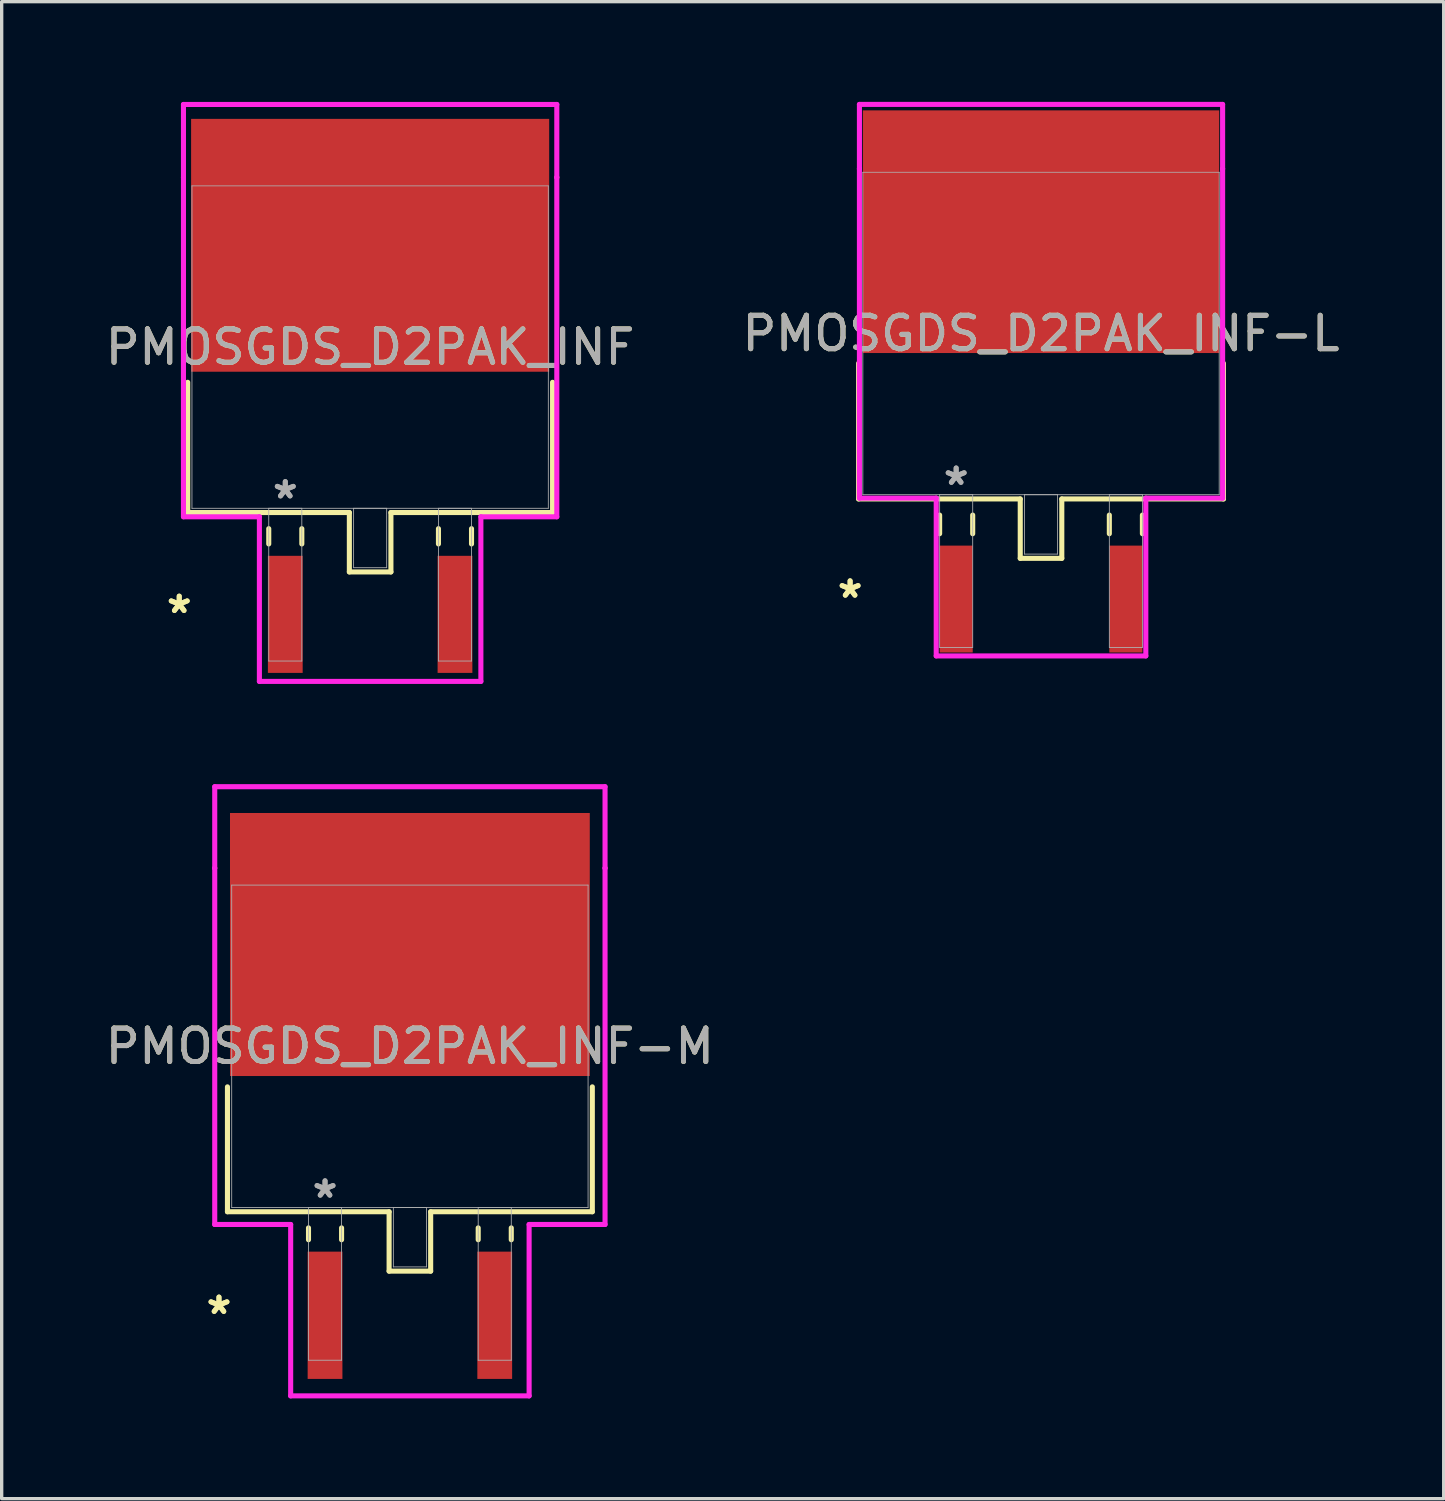
<source format=kicad_pcb>
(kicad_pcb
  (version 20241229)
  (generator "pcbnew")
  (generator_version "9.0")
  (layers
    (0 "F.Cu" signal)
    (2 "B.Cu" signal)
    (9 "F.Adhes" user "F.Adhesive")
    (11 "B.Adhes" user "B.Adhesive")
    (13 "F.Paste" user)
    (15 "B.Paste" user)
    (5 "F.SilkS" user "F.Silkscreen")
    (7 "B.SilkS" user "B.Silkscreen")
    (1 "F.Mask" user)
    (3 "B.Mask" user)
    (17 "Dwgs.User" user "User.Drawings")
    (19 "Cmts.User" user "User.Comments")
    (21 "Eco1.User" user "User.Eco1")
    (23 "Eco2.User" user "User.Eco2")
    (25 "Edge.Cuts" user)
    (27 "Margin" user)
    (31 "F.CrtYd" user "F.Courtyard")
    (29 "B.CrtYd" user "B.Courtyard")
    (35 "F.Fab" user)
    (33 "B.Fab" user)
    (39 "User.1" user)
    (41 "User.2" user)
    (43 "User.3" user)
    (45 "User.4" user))
  (footprint "PMOSGDS_D2PAK_INF"
    (layer "F.Cu")
    (at 8.03 7.34)
    (property "Reference" "PMOSGDS_D2PAK_INF" (at 0 0 0) (unlocked yes) (layer "F.SilkS") (effects (font (size 1 1) (thickness 0.15))))
    (attr smd)
    (fp_line (start -5.461 1.054) (end -5.461 4.953) (stroke (width 0.152) (type solid)) (layer "F.SilkS"))
    (fp_line (start -5.461 4.953) (end -0.622 4.953) (stroke (width 0.152) (type solid)) (layer "F.SilkS"))
    (fp_line (start -3.035 5.436) (end -3.035 5.893) (stroke (width 0.152) (type solid)) (layer "F.SilkS"))
    (fp_line (start -2.045 5.436) (end -2.045 5.893) (stroke (width 0.152) (type solid)) (layer "F.SilkS"))
    (fp_line (start -0.622 4.953) (end -0.622 6.731) (stroke (width 0.152) (type solid)) (layer "F.SilkS"))
    (fp_line (start -0.622 6.731) (end 0.622 6.731) (stroke (width 0.152) (type solid)) (layer "F.SilkS"))
    (fp_line (start 0.622 4.953) (end 5.461 4.953) (stroke (width 0.152) (type solid)) (layer "F.SilkS"))
    (fp_line (start 0.622 6.731) (end 0.622 4.953) (stroke (width 0.152) (type solid)) (layer "F.SilkS"))
    (fp_line (start 2.045 5.436) (end 2.045 5.893) (stroke (width 0.152) (type solid)) (layer "F.SilkS"))
    (fp_line (start 3.035 5.436) (end 3.035 5.893) (stroke (width 0.152) (type solid)) (layer "F.SilkS"))
    (fp_line (start 5.461 4.953) (end 5.461 1.054) (stroke (width 0.152) (type solid)) (layer "F.SilkS"))
    (fp_line (start -5.588 -7.263) (end 5.588 -7.263) (stroke (width 0.152) (type solid)) (layer "F.CrtYd"))
    (fp_line (start -5.588 -5.08) (end -5.588 -7.263) (stroke (width 0.152) (type solid)) (layer "F.CrtYd"))
    (fp_line (start -5.588 -5.08) (end -5.588 -5.08) (stroke (width 0.152) (type solid)) (layer "F.CrtYd"))
    (fp_line (start -5.588 5.08) (end -5.588 -5.08) (stroke (width 0.152) (type solid)) (layer "F.CrtYd"))
    (fp_line (start -3.315 5.08) (end -5.588 5.08) (stroke (width 0.152) (type solid)) (layer "F.CrtYd"))
    (fp_line (start -3.315 10.008) (end -3.315 5.08) (stroke (width 0.152) (type solid)) (layer "F.CrtYd"))
    (fp_line (start 3.315 5.08) (end 3.315 10.008) (stroke (width 0.152) (type solid)) (layer "F.CrtYd"))
    (fp_line (start 3.315 10.008) (end -3.315 10.008) (stroke (width 0.152) (type solid)) (layer "F.CrtYd"))
    (fp_line (start 5.588 -7.263) (end 5.588 -5.08) (stroke (width 0.152) (type solid)) (layer "F.CrtYd"))
    (fp_line (start 5.588 -5.08) (end 5.588 -5.08) (stroke (width 0.152) (type solid)) (layer "F.CrtYd"))
    (fp_line (start 5.588 -5.08) (end 5.588 5.08) (stroke (width 0.152) (type solid)) (layer "F.CrtYd"))
    (fp_line (start 5.588 5.08) (end 3.315 5.08) (stroke (width 0.152) (type solid)) (layer "F.CrtYd"))
    (fp_line (start -5.334 -4.826) (end -5.334 4.826) (stroke (width 0.025) (type solid)) (layer "F.Fab"))
    (fp_line (start -5.334 4.826) (end 5.334 4.826) (stroke (width 0.025) (type solid)) (layer "F.Fab"))
    (fp_line (start -3.035 4.826) (end -3.035 9.398) (stroke (width 0.025) (type solid)) (layer "F.Fab"))
    (fp_line (start -3.035 9.398) (end -2.045 9.398) (stroke (width 0.025) (type solid)) (layer "F.Fab"))
    (fp_line (start -2.045 4.826) (end -3.035 4.826) (stroke (width 0.025) (type solid)) (layer "F.Fab"))
    (fp_line (start -2.045 9.398) (end -2.045 4.826) (stroke (width 0.025) (type solid)) (layer "F.Fab"))
    (fp_line (start -0.495 4.826) (end -0.495 6.604) (stroke (width 0.025) (type solid)) (layer "F.Fab"))
    (fp_line (start -0.495 6.604) (end 0.495 6.604) (stroke (width 0.025) (type solid)) (layer "F.Fab"))
    (fp_line (start 0.495 4.826) (end -0.495 4.826) (stroke (width 0.025) (type solid)) (layer "F.Fab"))
    (fp_line (start 0.495 6.604) (end 0.495 4.826) (stroke (width 0.025) (type solid)) (layer "F.Fab"))
    (fp_line (start 2.045 4.826) (end 2.045 9.398) (stroke (width 0.025) (type solid)) (layer "F.Fab"))
    (fp_line (start 2.045 9.398) (end 3.035 9.398) (stroke (width 0.025) (type solid)) (layer "F.Fab"))
    (fp_line (start 3.035 4.826) (end 2.045 4.826) (stroke (width 0.025) (type solid)) (layer "F.Fab"))
    (fp_line (start 3.035 9.398) (end 3.035 4.826) (stroke (width 0.025) (type solid)) (layer "F.Fab"))
    (fp_line (start 5.334 -4.826) (end -5.334 -4.826) (stroke (width 0.025) (type solid)) (layer "F.Fab"))
    (fp_line (start 5.334 4.826) (end 5.334 -4.826) (stroke (width 0.025) (type solid)) (layer "F.Fab"))
    (fp_text user "*" (at -5.715 8.001 0) (layer "F.SilkS") (effects (font (size 1 1) (thickness 0.15))))
    (fp_text user "*" (at -5.715 8.001 0) (unlocked yes) (layer "F.SilkS") (effects (font (size 1 1) (thickness 0.15))))
    (fp_text user "*" (at -2.54 4.572 0) (layer "F.Fab") (effects (font (size 1 1) (thickness 0.15))))
    (fp_text user "${REFERENCE}" (at 0 0 0) (unlocked yes) (layer "F.Fab") (effects (font (size 1 1) (thickness 0.15))))
    (fp_text user "*" (at -2.54 4.572 0) (unlocked yes) (layer "F.Fab") (effects (font (size 1 1) (thickness 0.15))))
    (pad "1" smd rect (at -2.54 8.001) (size 1.041 3.505) (layers "F.Cu" "F.Mask" "F.Paste"))
    (pad "2" smd rect (at 0 -3.047) (size 10.719 7.569) (layers "F.Cu" "F.Mask" "F.Paste"))
    (pad "3" smd rect (at 2.54 8.001) (size 1.041 3.505) (layers "F.Cu" "F.Mask" "F.Paste")))
  (footprint "PMOSGDS_D2PAK_INF-M"
    (layer "F.Cu")
    (at 9.22 28.271)
    (property "Reference" "PMOSGDS_D2PAK_INF-M" (at 0 0 0) (unlocked yes) (layer "F.SilkS") (effects (font (size 1 1) (thickness 0.15))))
    (attr smd)
    (fp_line (start -5.461 1.214) (end -5.461 4.953) (stroke (width 0.152) (type solid)) (layer "F.SilkS"))
    (fp_line (start -5.461 4.953) (end -0.622 4.953) (stroke (width 0.152) (type solid)) (layer "F.SilkS"))
    (fp_line (start -3.035 5.436) (end -3.035 5.791) (stroke (width 0.152) (type solid)) (layer "F.SilkS"))
    (fp_line (start -2.045 5.436) (end -2.045 5.791) (stroke (width 0.152) (type solid)) (layer "F.SilkS"))
    (fp_line (start -0.622 4.953) (end -0.622 6.731) (stroke (width 0.152) (type solid)) (layer "F.SilkS"))
    (fp_line (start -0.622 6.731) (end 0.622 6.731) (stroke (width 0.152) (type solid)) (layer "F.SilkS"))
    (fp_line (start 0.622 4.953) (end 5.461 4.953) (stroke (width 0.152) (type solid)) (layer "F.SilkS"))
    (fp_line (start 0.622 6.731) (end 0.622 4.953) (stroke (width 0.152) (type solid)) (layer "F.SilkS"))
    (fp_line (start 2.045 5.436) (end 2.045 5.791) (stroke (width 0.152) (type solid)) (layer "F.SilkS"))
    (fp_line (start 3.035 5.436) (end 3.035 5.791) (stroke (width 0.152) (type solid)) (layer "F.SilkS"))
    (fp_line (start 5.461 4.953) (end 5.461 1.214) (stroke (width 0.152) (type solid)) (layer "F.SilkS"))
    (fp_line (start -5.842 -7.771) (end 5.842 -7.771) (stroke (width 0.152) (type solid)) (layer "F.CrtYd"))
    (fp_line (start -5.842 -5.334) (end -5.842 -7.771) (stroke (width 0.152) (type solid)) (layer "F.CrtYd"))
    (fp_line (start -5.842 -5.334) (end -5.842 -5.334) (stroke (width 0.152) (type solid)) (layer "F.CrtYd"))
    (fp_line (start -5.842 5.334) (end -5.842 -5.334) (stroke (width 0.152) (type solid)) (layer "F.CrtYd"))
    (fp_line (start -3.569 5.334) (end -5.842 5.334) (stroke (width 0.152) (type solid)) (layer "F.CrtYd"))
    (fp_line (start -3.569 10.465) (end -3.569 5.334) (stroke (width 0.152) (type solid)) (layer "F.CrtYd"))
    (fp_line (start 3.569 5.334) (end 3.569 10.465) (stroke (width 0.152) (type solid)) (layer "F.CrtYd"))
    (fp_line (start 3.569 10.465) (end -3.569 10.465) (stroke (width 0.152) (type solid)) (layer "F.CrtYd"))
    (fp_line (start 5.842 -7.771) (end 5.842 -5.334) (stroke (width 0.152) (type solid)) (layer "F.CrtYd"))
    (fp_line (start 5.842 -5.334) (end 5.842 -5.334) (stroke (width 0.152) (type solid)) (layer "F.CrtYd"))
    (fp_line (start 5.842 -5.334) (end 5.842 5.334) (stroke (width 0.152) (type solid)) (layer "F.CrtYd"))
    (fp_line (start 5.842 5.334) (end 3.569 5.334) (stroke (width 0.152) (type solid)) (layer "F.CrtYd"))
    (fp_line (start -5.334 -4.826) (end -5.334 4.826) (stroke (width 0.025) (type solid)) (layer "F.Fab"))
    (fp_line (start -5.334 4.826) (end 5.334 4.826) (stroke (width 0.025) (type solid)) (layer "F.Fab"))
    (fp_line (start -3.035 4.826) (end -3.035 9.398) (stroke (width 0.025) (type solid)) (layer "F.Fab"))
    (fp_line (start -3.035 9.398) (end -2.045 9.398) (stroke (width 0.025) (type solid)) (layer "F.Fab"))
    (fp_line (start -2.045 4.826) (end -3.035 4.826) (stroke (width 0.025) (type solid)) (layer "F.Fab"))
    (fp_line (start -2.045 9.398) (end -2.045 4.826) (stroke (width 0.025) (type solid)) (layer "F.Fab"))
    (fp_line (start -0.495 4.826) (end -0.495 6.604) (stroke (width 0.025) (type solid)) (layer "F.Fab"))
    (fp_line (start -0.495 6.604) (end 0.495 6.604) (stroke (width 0.025) (type solid)) (layer "F.Fab"))
    (fp_line (start 0.495 4.826) (end -0.495 4.826) (stroke (width 0.025) (type solid)) (layer "F.Fab"))
    (fp_line (start 0.495 6.604) (end 0.495 4.826) (stroke (width 0.025) (type solid)) (layer "F.Fab"))
    (fp_line (start 2.045 4.826) (end 2.045 9.398) (stroke (width 0.025) (type solid)) (layer "F.Fab"))
    (fp_line (start 2.045 9.398) (end 3.035 9.398) (stroke (width 0.025) (type solid)) (layer "F.Fab"))
    (fp_line (start 3.035 4.826) (end 2.045 4.826) (stroke (width 0.025) (type solid)) (layer "F.Fab"))
    (fp_line (start 3.035 9.398) (end 3.035 4.826) (stroke (width 0.025) (type solid)) (layer "F.Fab"))
    (fp_line (start 5.334 -4.826) (end -5.334 -4.826) (stroke (width 0.025) (type solid)) (layer "F.Fab"))
    (fp_line (start 5.334 4.826) (end 5.334 -4.826) (stroke (width 0.025) (type solid)) (layer "F.Fab"))
    (fp_text user "*" (at -5.715 8.052 0) (layer "F.SilkS") (effects (font (size 1 1) (thickness 0.15))))
    (fp_text user "*" (at -5.715 8.052 0) (unlocked yes) (layer "F.SilkS") (effects (font (size 1 1) (thickness 0.15))))
    (fp_text user "*" (at -2.54 4.572 0) (unlocked yes) (layer "F.Fab") (effects (font (size 1 1) (thickness 0.15))))
    (fp_text user "${REFERENCE}" (at 0 0 0) (unlocked yes) (layer "F.Fab") (effects (font (size 1 1) (thickness 0.15))))
    (fp_text user "*" (at -2.54 4.572 0) (layer "F.Fab") (effects (font (size 1 1) (thickness 0.15))))
    (pad "1" smd rect (at -2.54 8.052) (size 1.041 3.81) (layers "F.Cu" "F.Mask" "F.Paste"))
    (pad "2" smd rect (at 0 -3.047) (size 10.77 7.874) (layers "F.Cu" "F.Mask" "F.Paste"))
    (pad "3" smd rect (at 2.54 8.052) (size 1.041 3.81) (layers "F.Cu" "F.Mask" "F.Paste")))
  (footprint "PMOSGDS_D2PAK_INF-L"
    (layer "F.Cu")
    (at 28.113 6.933)
    (property "Reference" "PMOSGDS_D2PAK_INF-L" (at 0 0 0) (unlocked yes) (layer "F.SilkS") (effects (font (size 1 1) (thickness 0.15))))
    (attr smd)
    (fp_line (start -5.461 0.893) (end -5.461 4.953) (stroke (width 0.152) (type solid)) (layer "F.SilkS"))
    (fp_line (start -5.461 4.953) (end -0.622 4.953) (stroke (width 0.152) (type solid)) (layer "F.SilkS"))
    (fp_line (start -3.035 5.436) (end -3.035 5.994) (stroke (width 0.152) (type solid)) (layer "F.SilkS"))
    (fp_line (start -2.045 5.436) (end -2.045 5.994) (stroke (width 0.152) (type solid)) (layer "F.SilkS"))
    (fp_line (start -0.622 4.953) (end -0.622 6.731) (stroke (width 0.152) (type solid)) (layer "F.SilkS"))
    (fp_line (start -0.622 6.731) (end 0.622 6.731) (stroke (width 0.152) (type solid)) (layer "F.SilkS"))
    (fp_line (start 0.622 4.953) (end 5.461 4.953) (stroke (width 0.152) (type solid)) (layer "F.SilkS"))
    (fp_line (start 0.622 6.731) (end 0.622 4.953) (stroke (width 0.152) (type solid)) (layer "F.SilkS"))
    (fp_line (start 2.045 5.436) (end 2.045 5.994) (stroke (width 0.152) (type solid)) (layer "F.SilkS"))
    (fp_line (start 3.035 5.436) (end 3.035 5.994) (stroke (width 0.152) (type solid)) (layer "F.SilkS"))
    (fp_line (start 5.461 4.953) (end 5.461 0.893) (stroke (width 0.152) (type solid)) (layer "F.SilkS"))
    (fp_line (start -5.436 -6.857) (end 5.436 -6.857) (stroke (width 0.152) (type solid)) (layer "F.CrtYd"))
    (fp_line (start -5.436 -4.928) (end -5.436 -6.857) (stroke (width 0.152) (type solid)) (layer "F.CrtYd"))
    (fp_line (start -5.436 -4.928) (end -5.436 -4.928) (stroke (width 0.152) (type solid)) (layer "F.CrtYd"))
    (fp_line (start -5.436 4.928) (end -5.436 -4.928) (stroke (width 0.152) (type solid)) (layer "F.CrtYd"))
    (fp_line (start -3.137 4.928) (end -5.436 4.928) (stroke (width 0.152) (type solid)) (layer "F.CrtYd"))
    (fp_line (start -3.137 9.652) (end -3.137 4.928) (stroke (width 0.152) (type solid)) (layer "F.CrtYd"))
    (fp_line (start 3.137 4.928) (end 3.137 9.652) (stroke (width 0.152) (type solid)) (layer "F.CrtYd"))
    (fp_line (start 3.137 9.652) (end -3.137 9.652) (stroke (width 0.152) (type solid)) (layer "F.CrtYd"))
    (fp_line (start 5.436 -6.857) (end 5.436 -4.928) (stroke (width 0.152) (type solid)) (layer "F.CrtYd"))
    (fp_line (start 5.436 -4.928) (end 5.436 -4.928) (stroke (width 0.152) (type solid)) (layer "F.CrtYd"))
    (fp_line (start 5.436 -4.928) (end 5.436 4.928) (stroke (width 0.152) (type solid)) (layer "F.CrtYd"))
    (fp_line (start 5.436 4.928) (end 3.137 4.928) (stroke (width 0.152) (type solid)) (layer "F.CrtYd"))
    (fp_line (start -5.334 -4.826) (end -5.334 4.826) (stroke (width 0.025) (type solid)) (layer "F.Fab"))
    (fp_line (start -5.334 4.826) (end 5.334 4.826) (stroke (width 0.025) (type solid)) (layer "F.Fab"))
    (fp_line (start -3.035 4.826) (end -3.035 9.398) (stroke (width 0.025) (type solid)) (layer "F.Fab"))
    (fp_line (start -3.035 9.398) (end -2.045 9.398) (stroke (width 0.025) (type solid)) (layer "F.Fab"))
    (fp_line (start -2.045 4.826) (end -3.035 4.826) (stroke (width 0.025) (type solid)) (layer "F.Fab"))
    (fp_line (start -2.045 9.398) (end -2.045 4.826) (stroke (width 0.025) (type solid)) (layer "F.Fab"))
    (fp_line (start -0.495 4.826) (end -0.495 6.604) (stroke (width 0.025) (type solid)) (layer "F.Fab"))
    (fp_line (start -0.495 6.604) (end 0.495 6.604) (stroke (width 0.025) (type solid)) (layer "F.Fab"))
    (fp_line (start 0.495 4.826) (end -0.495 4.826) (stroke (width 0.025) (type solid)) (layer "F.Fab"))
    (fp_line (start 0.495 6.604) (end 0.495 4.826) (stroke (width 0.025) (type solid)) (layer "F.Fab"))
    (fp_line (start 2.045 4.826) (end 2.045 9.398) (stroke (width 0.025) (type solid)) (layer "F.Fab"))
    (fp_line (start 2.045 9.398) (end 3.035 9.398) (stroke (width 0.025) (type solid)) (layer "F.Fab"))
    (fp_line (start 3.035 4.826) (end 2.045 4.826) (stroke (width 0.025) (type solid)) (layer "F.Fab"))
    (fp_line (start 3.035 9.398) (end 3.035 4.826) (stroke (width 0.025) (type solid)) (layer "F.Fab"))
    (fp_line (start 5.334 -4.826) (end -5.334 -4.826) (stroke (width 0.025) (type solid)) (layer "F.Fab"))
    (fp_line (start 5.334 4.826) (end 5.334 -4.826) (stroke (width 0.025) (type solid)) (layer "F.Fab"))
    (fp_text user "*" (at -5.715 7.95 0) (layer "F.SilkS") (effects (font (size 1 1) (thickness 0.15))))
    (fp_text user "*" (at -5.715 7.95 0) (unlocked yes) (layer "F.SilkS") (effects (font (size 1 1) (thickness 0.15))))
    (fp_text user "*" (at -2.54 4.572 0) (layer "F.Fab") (effects (font (size 1 1) (thickness 0.15))))
    (fp_text user "${REFERENCE}" (at 0 0 0) (unlocked yes) (layer "F.Fab") (effects (font (size 1 1) (thickness 0.15))))
    (fp_text user "*" (at -2.54 4.572 0) (unlocked yes) (layer "F.Fab") (effects (font (size 1 1) (thickness 0.15))))
    (pad "1" smd rect (at -2.54 7.95) (size 0.991 3.2) (layers "F.Cu" "F.Mask" "F.Paste"))
    (pad "2" smd rect (at 0 -3.047) (size 10.668 7.264) (layers "F.Cu" "F.Mask" "F.Paste"))
    (pad "3" smd rect (at 2.54 7.95) (size 0.991 3.2) (layers "F.Cu" "F.Mask" "F.Paste")))
  (gr_rect
    (start -3 -3)
    (end 40.167 41.812)
    (stroke (width 0.1) (type default))
    (fill no)
    (layer "Edge.Cuts")))
</source>
